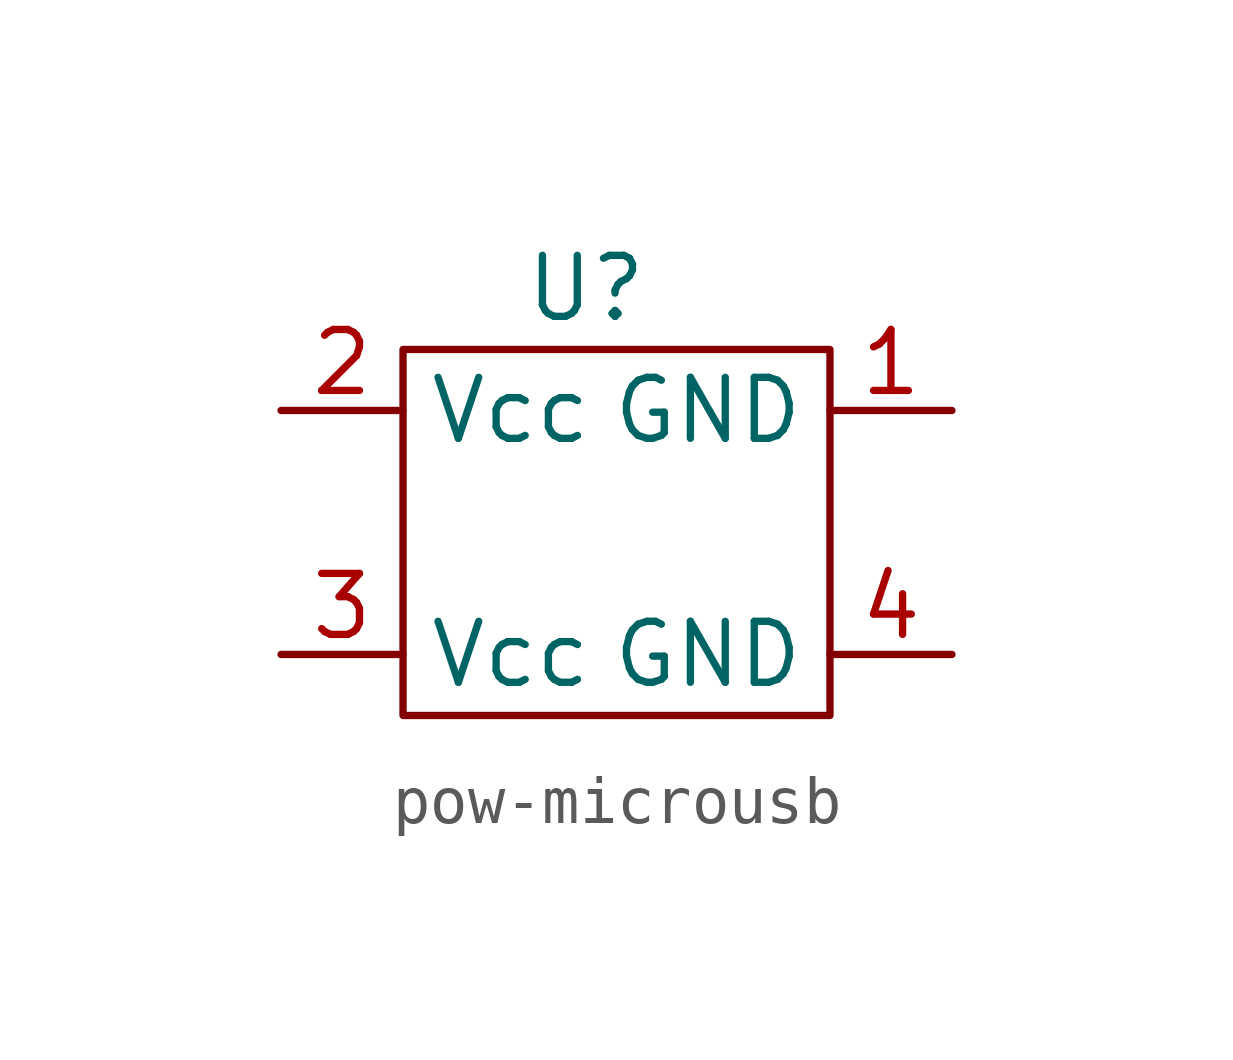
<source format=kicad_sym>
(kicad_symbol_lib
  (version 20231120)
  (generator "kicad_symbol_editor")
  (generator_version "8.0")
  (symbol "pow-microusb"
    (property "Reference" "U"
      (at 0 5.08 0)
      (effects (font (size 1.27 1.27))))
    (property "Value" ""
      (at 0 0 0)
      (effects (font (size 1.27 1.27))))
    (symbol "pow-microusb_1_1"
      (polyline (pts (xy -3.81 3.81) (xy -3.81 -3.81) (xy 5.08 -3.81) (xy 5.08 3.81) (xy -3.81 3.81)) (stroke (width 0) (type default)) (fill (type none)))
      (pin output line (at 7.62 2.54 180) (length 2.54) (name "GND" (effects (font (size 1.27 1.27)))) (number "1" (effects (font (size 1.27 1.27)))))
      (pin output line (at -6.35 2.54 0) (length 2.54) (name "Vcc" (effects (font (size 1.27 1.27)))) (number "2" (effects (font (size 1.27 1.27)))))
      (pin output line (at -6.35 -2.54 0) (length 2.54) (name "Vcc" (effects (font (size 1.27 1.27)))) (number "3" (effects (font (size 1.27 1.27)))))
      (pin output line (at 7.62 -2.54 180) (length 2.54) (name "GND" (effects (font (size 1.27 1.27)))) (number "4" (effects (font (size 1.27 1.27))))))))
</source>
